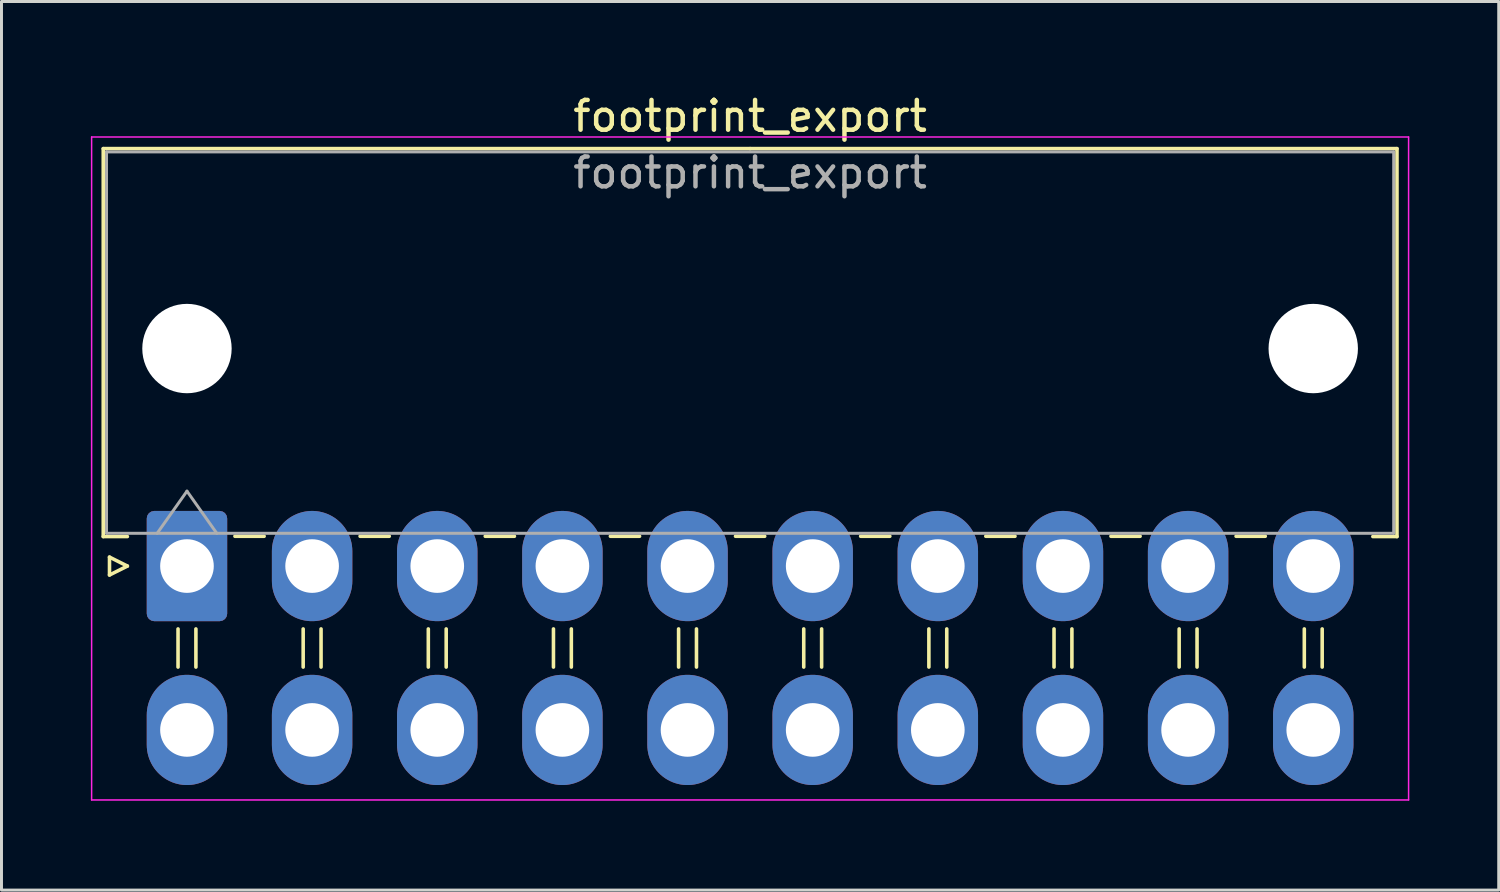
<source format=kicad_pcb>
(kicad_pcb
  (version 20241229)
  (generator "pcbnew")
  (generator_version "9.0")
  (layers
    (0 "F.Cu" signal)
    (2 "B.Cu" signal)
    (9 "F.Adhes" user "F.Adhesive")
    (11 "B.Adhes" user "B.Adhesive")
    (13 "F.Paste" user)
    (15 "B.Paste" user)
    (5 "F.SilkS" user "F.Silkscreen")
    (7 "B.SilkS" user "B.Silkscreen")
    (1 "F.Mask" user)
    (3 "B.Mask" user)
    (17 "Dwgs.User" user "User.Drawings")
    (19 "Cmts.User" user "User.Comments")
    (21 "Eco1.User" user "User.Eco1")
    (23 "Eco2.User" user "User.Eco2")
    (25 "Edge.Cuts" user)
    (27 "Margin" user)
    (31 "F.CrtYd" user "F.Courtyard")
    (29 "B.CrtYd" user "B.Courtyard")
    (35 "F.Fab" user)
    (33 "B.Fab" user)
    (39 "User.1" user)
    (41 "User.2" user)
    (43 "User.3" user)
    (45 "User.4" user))
  (footprint "footprint_export"
    (layer "F.Cu")
    (at 3.225 15.948)
    (property "Reference" "footprint_export" (at 18.9 -15.1 0) (layer "F.SilkS") (effects (font (size 1 1) (thickness 0.15))))
    (attr through_hole)
    (fp_line (start -2.81 -14.01) (end 18.9 -14.01) (stroke (width 0.12) (type solid)) (layer "F.SilkS"))
    (fp_line (start -2.81 -0.99) (end -2.81 -14.01) (stroke (width 0.12) (type solid)) (layer "F.SilkS"))
    (fp_line (start -2.6 -0.3) (end -2 0) (stroke (width 0.12) (type solid)) (layer "F.SilkS"))
    (fp_line (start -2.6 0.3) (end -2.6 -0.3) (stroke (width 0.12) (type solid)) (layer "F.SilkS"))
    (fp_line (start -2 -0.99) (end -2.81 -0.99) (stroke (width 0.12) (type solid)) (layer "F.SilkS"))
    (fp_line (start -2 0) (end -2.6 0.3) (stroke (width 0.12) (type solid)) (layer "F.SilkS"))
    (fp_line (start -0.3 2.11) (end -0.3 3.39) (stroke (width 0.12) (type solid)) (layer "F.SilkS"))
    (fp_line (start 0.3 2.11) (end 0.3 3.39) (stroke (width 0.12) (type solid)) (layer "F.SilkS"))
    (fp_line (start 1.61 -1) (end 2.59 -1) (stroke (width 0.12) (type solid)) (layer "F.SilkS"))
    (fp_line (start 3.9 2.11) (end 3.9 3.39) (stroke (width 0.12) (type solid)) (layer "F.SilkS"))
    (fp_line (start 4.5 2.11) (end 4.5 3.39) (stroke (width 0.12) (type solid)) (layer "F.SilkS"))
    (fp_line (start 5.81 -1) (end 6.79 -1) (stroke (width 0.12) (type solid)) (layer "F.SilkS"))
    (fp_line (start 8.1 2.11) (end 8.1 3.39) (stroke (width 0.12) (type solid)) (layer "F.SilkS"))
    (fp_line (start 8.7 2.11) (end 8.7 3.39) (stroke (width 0.12) (type solid)) (layer "F.SilkS"))
    (fp_line (start 10.01 -1) (end 10.99 -1) (stroke (width 0.12) (type solid)) (layer "F.SilkS"))
    (fp_line (start 12.3 2.11) (end 12.3 3.39) (stroke (width 0.12) (type solid)) (layer "F.SilkS"))
    (fp_line (start 12.9 2.11) (end 12.9 3.39) (stroke (width 0.12) (type solid)) (layer "F.SilkS"))
    (fp_line (start 14.21 -1) (end 15.19 -1) (stroke (width 0.12) (type solid)) (layer "F.SilkS"))
    (fp_line (start 16.5 2.11) (end 16.5 3.39) (stroke (width 0.12) (type solid)) (layer "F.SilkS"))
    (fp_line (start 17.1 2.11) (end 17.1 3.39) (stroke (width 0.12) (type solid)) (layer "F.SilkS"))
    (fp_line (start 18.41 -1) (end 19.39 -1) (stroke (width 0.12) (type solid)) (layer "F.SilkS"))
    (fp_line (start 20.7 2.11) (end 20.7 3.39) (stroke (width 0.12) (type solid)) (layer "F.SilkS"))
    (fp_line (start 21.3 2.11) (end 21.3 3.39) (stroke (width 0.12) (type solid)) (layer "F.SilkS"))
    (fp_line (start 22.61 -1) (end 23.59 -1) (stroke (width 0.12) (type solid)) (layer "F.SilkS"))
    (fp_line (start 24.9 2.11) (end 24.9 3.39) (stroke (width 0.12) (type solid)) (layer "F.SilkS"))
    (fp_line (start 25.5 2.11) (end 25.5 3.39) (stroke (width 0.12) (type solid)) (layer "F.SilkS"))
    (fp_line (start 26.81 -1) (end 27.79 -1) (stroke (width 0.12) (type solid)) (layer "F.SilkS"))
    (fp_line (start 29.1 2.11) (end 29.1 3.39) (stroke (width 0.12) (type solid)) (layer "F.SilkS"))
    (fp_line (start 29.7 2.11) (end 29.7 3.39) (stroke (width 0.12) (type solid)) (layer "F.SilkS"))
    (fp_line (start 31.01 -1) (end 31.99 -1) (stroke (width 0.12) (type solid)) (layer "F.SilkS"))
    (fp_line (start 33.3 2.11) (end 33.3 3.39) (stroke (width 0.12) (type solid)) (layer "F.SilkS"))
    (fp_line (start 33.9 2.11) (end 33.9 3.39) (stroke (width 0.12) (type solid)) (layer "F.SilkS"))
    (fp_line (start 35.21 -1) (end 36.19 -1) (stroke (width 0.12) (type solid)) (layer "F.SilkS"))
    (fp_line (start 37.5 2.11) (end 37.5 3.39) (stroke (width 0.12) (type solid)) (layer "F.SilkS"))
    (fp_line (start 38.1 2.11) (end 38.1 3.39) (stroke (width 0.12) (type solid)) (layer "F.SilkS"))
    (fp_line (start 39.8 -0.99) (end 40.61 -0.99) (stroke (width 0.12) (type solid)) (layer "F.SilkS"))
    (fp_line (start 40.61 -14.01) (end 18.9 -14.01) (stroke (width 0.12) (type solid)) (layer "F.SilkS"))
    (fp_line (start 40.61 -0.99) (end 40.61 -14.01) (stroke (width 0.12) (type solid)) (layer "F.SilkS"))
    (fp_line (start -3.2 -14.4) (end -3.2 7.85) (stroke (width 0.05) (type solid)) (layer "F.CrtYd"))
    (fp_line (start -3.2 7.85) (end 41 7.85) (stroke (width 0.05) (type solid)) (layer "F.CrtYd"))
    (fp_line (start 41 -14.4) (end -3.2 -14.4) (stroke (width 0.05) (type solid)) (layer "F.CrtYd"))
    (fp_line (start 41 7.85) (end 41 -14.4) (stroke (width 0.05) (type solid)) (layer "F.CrtYd"))
    (fp_line (start -2.7 -13.9) (end -2.7 -1.1) (stroke (width 0.1) (type solid)) (layer "F.Fab"))
    (fp_line (start -2.7 -1.1) (end 40.5 -1.1) (stroke (width 0.1) (type solid)) (layer "F.Fab"))
    (fp_line (start -1 -1.1) (end 0 -2.514) (stroke (width 0.1) (type solid)) (layer "F.Fab"))
    (fp_line (start 0 -2.514) (end 1 -1.1) (stroke (width 0.1) (type solid)) (layer "F.Fab"))
    (fp_line (start 40.5 -13.9) (end -2.7 -13.9) (stroke (width 0.1) (type solid)) (layer "F.Fab"))
    (fp_line (start 40.5 -1.1) (end 40.5 -13.9) (stroke (width 0.1) (type solid)) (layer "F.Fab"))
    (fp_text user "${REFERENCE}" (at 18.9 -13.2 0) (layer "F.Fab") (effects (font (size 1 1) (thickness 0.15))))
    (pad "" np_thru_hole circle (at 0 -7.3) (size 3 3) (drill 3) (layers "*.Cu" "*.Mask"))
    (pad "" np_thru_hole circle (at 37.8 -7.3) (size 3 3) (drill 3) (layers "*.Cu" "*.Mask"))
    (pad "1" thru_hole roundrect (at 0 0) (size 2.7 3.7) (drill 1.8) (layers "*.Cu" "*.Mask") (roundrect_rratio 0.093))
    (pad "2" thru_hole oval (at 4.2 0) (size 2.7 3.7) (drill 1.8) (layers "*.Cu" "*.Mask"))
    (pad "3" thru_hole oval (at 8.4 0) (size 2.7 3.7) (drill 1.8) (layers "*.Cu" "*.Mask"))
    (pad "4" thru_hole oval (at 12.6 0) (size 2.7 3.7) (drill 1.8) (layers "*.Cu" "*.Mask"))
    (pad "5" thru_hole oval (at 16.8 0) (size 2.7 3.7) (drill 1.8) (layers "*.Cu" "*.Mask"))
    (pad "6" thru_hole oval (at 21 0) (size 2.7 3.7) (drill 1.8) (layers "*.Cu" "*.Mask"))
    (pad "7" thru_hole oval (at 25.2 0) (size 2.7 3.7) (drill 1.8) (layers "*.Cu" "*.Mask"))
    (pad "8" thru_hole oval (at 29.4 0) (size 2.7 3.7) (drill 1.8) (layers "*.Cu" "*.Mask"))
    (pad "9" thru_hole oval (at 33.6 0) (size 2.7 3.7) (drill 1.8) (layers "*.Cu" "*.Mask"))
    (pad "10" thru_hole oval (at 37.8 0) (size 2.7 3.7) (drill 1.8) (layers "*.Cu" "*.Mask"))
    (pad "11" thru_hole oval (at 0 5.5) (size 2.7 3.7) (drill 1.8) (layers "*.Cu" "*.Mask"))
    (pad "12" thru_hole oval (at 4.2 5.5) (size 2.7 3.7) (drill 1.8) (layers "*.Cu" "*.Mask"))
    (pad "13" thru_hole oval (at 8.4 5.5) (size 2.7 3.7) (drill 1.8) (layers "*.Cu" "*.Mask"))
    (pad "14" thru_hole oval (at 12.6 5.5) (size 2.7 3.7) (drill 1.8) (layers "*.Cu" "*.Mask"))
    (pad "15" thru_hole oval (at 16.8 5.5) (size 2.7 3.7) (drill 1.8) (layers "*.Cu" "*.Mask"))
    (pad "16" thru_hole oval (at 21 5.5) (size 2.7 3.7) (drill 1.8) (layers "*.Cu" "*.Mask"))
    (pad "17" thru_hole oval (at 25.2 5.5) (size 2.7 3.7) (drill 1.8) (layers "*.Cu" "*.Mask"))
    (pad "18" thru_hole oval (at 29.4 5.5) (size 2.7 3.7) (drill 1.8) (layers "*.Cu" "*.Mask"))
    (pad "19" thru_hole oval (at 33.6 5.5) (size 2.7 3.7) (drill 1.8) (layers "*.Cu" "*.Mask"))
    (pad "20" thru_hole oval (at 37.8 5.5) (size 2.7 3.7) (drill 1.8) (layers "*.Cu" "*.Mask")))
  (gr_rect
    (start -3 -3)
    (end 47.25 26.823)
    (stroke (width 0.1) (type default))
    (fill no)
    (layer "Edge.Cuts")))
</source>
